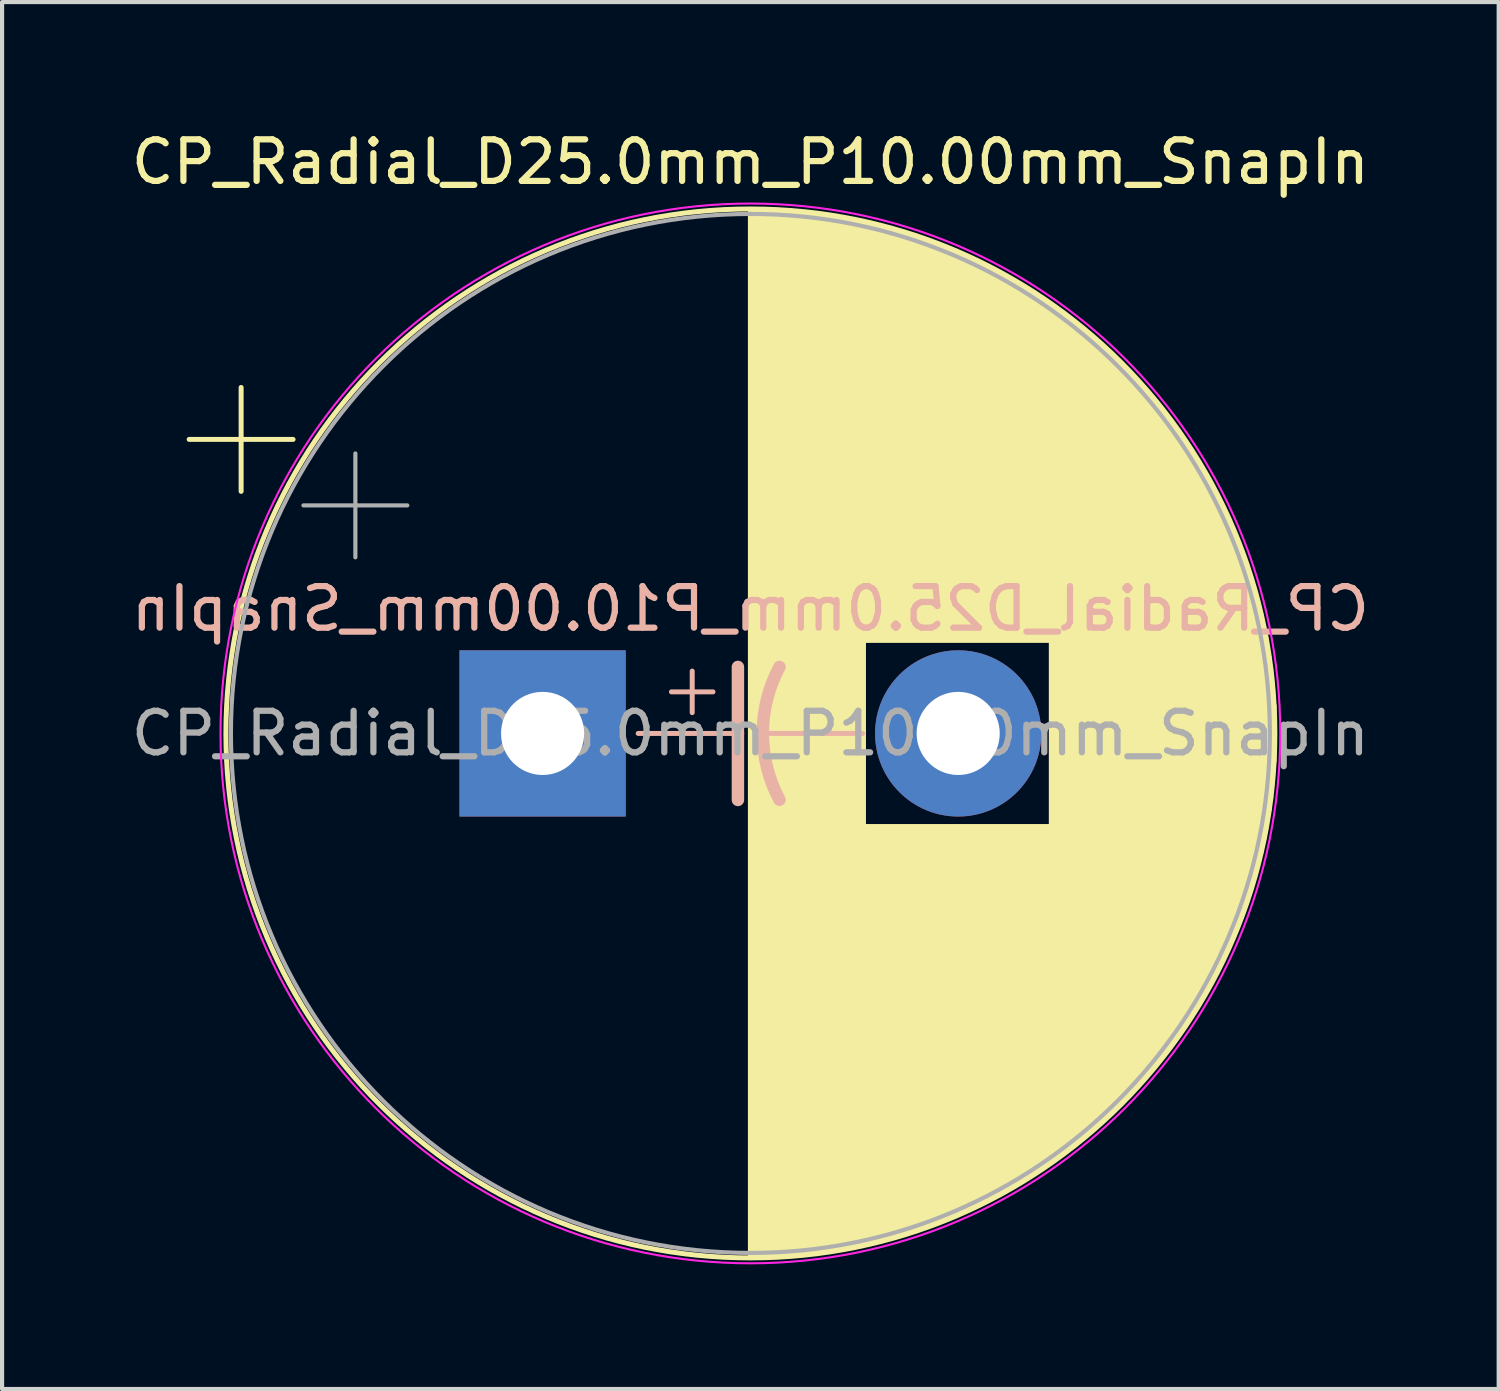
<source format=kicad_pcb>
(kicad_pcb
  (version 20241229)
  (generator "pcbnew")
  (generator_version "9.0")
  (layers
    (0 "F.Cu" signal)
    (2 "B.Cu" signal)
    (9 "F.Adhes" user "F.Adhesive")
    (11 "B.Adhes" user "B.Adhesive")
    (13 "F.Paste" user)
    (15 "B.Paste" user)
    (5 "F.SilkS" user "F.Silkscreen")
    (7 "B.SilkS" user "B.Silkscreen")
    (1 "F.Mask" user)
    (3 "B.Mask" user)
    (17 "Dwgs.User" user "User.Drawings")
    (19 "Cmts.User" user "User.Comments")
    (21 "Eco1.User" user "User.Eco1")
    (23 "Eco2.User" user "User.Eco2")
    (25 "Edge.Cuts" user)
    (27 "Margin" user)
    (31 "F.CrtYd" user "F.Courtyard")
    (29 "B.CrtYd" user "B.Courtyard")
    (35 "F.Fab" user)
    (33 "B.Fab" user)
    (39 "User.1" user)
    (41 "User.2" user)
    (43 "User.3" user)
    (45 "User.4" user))
  (footprint "CP_Radial_D25.0mm_P10.00mm_SnapIn"
    (layer "F.Cu")
    (at 10.006 14.598)
    (property "Reference" "CP_Radial_D25.0mm_P10.00mm_SnapIn" (at 5 -13.75 0) (layer "F.SilkS") (effects (font (size 1 1) (thickness 0.15))))
    (fp_line (start -8.504 -7.075) (end -6.004 -7.075) (stroke (width 0.12) (type solid)) (layer "F.SilkS"))
    (fp_line (start -7.254 -8.325) (end -7.254 -5.825) (stroke (width 0.12) (type solid)) (layer "F.SilkS"))
    (fp_line (start 5 -12.581) (end 5 12.581) (stroke (width 0.12) (type solid)) (layer "F.SilkS"))
    (fp_line (start 5.04 -12.58) (end 5.04 12.58) (stroke (width 0.12) (type solid)) (layer "F.SilkS"))
    (fp_line (start 5.08 -12.58) (end 5.08 12.58) (stroke (width 0.12) (type solid)) (layer "F.SilkS"))
    (fp_line (start 5.12 -12.58) (end 5.12 12.58) (stroke (width 0.12) (type solid)) (layer "F.SilkS"))
    (fp_line (start 5.16 -12.579) (end 5.16 12.579) (stroke (width 0.12) (type solid)) (layer "F.SilkS"))
    (fp_line (start 5.2 -12.579) (end 5.2 12.579) (stroke (width 0.12) (type solid)) (layer "F.SilkS"))
    (fp_line (start 5.24 -12.578) (end 5.24 12.578) (stroke (width 0.12) (type solid)) (layer "F.SilkS"))
    (fp_line (start 5.28 -12.577) (end 5.28 12.577) (stroke (width 0.12) (type solid)) (layer "F.SilkS"))
    (fp_line (start 5.32 -12.576) (end 5.32 12.576) (stroke (width 0.12) (type solid)) (layer "F.SilkS"))
    (fp_line (start 5.36 -12.575) (end 5.36 12.575) (stroke (width 0.12) (type solid)) (layer "F.SilkS"))
    (fp_line (start 5.4 -12.574) (end 5.4 12.574) (stroke (width 0.12) (type solid)) (layer "F.SilkS"))
    (fp_line (start 5.44 -12.573) (end 5.44 12.573) (stroke (width 0.12) (type solid)) (layer "F.SilkS"))
    (fp_line (start 5.48 -12.571) (end 5.48 12.571) (stroke (width 0.12) (type solid)) (layer "F.SilkS"))
    (fp_line (start 5.52 -12.57) (end 5.52 12.57) (stroke (width 0.12) (type solid)) (layer "F.SilkS"))
    (fp_line (start 5.56 -12.568) (end 5.56 12.568) (stroke (width 0.12) (type solid)) (layer "F.SilkS"))
    (fp_line (start 5.6 -12.566) (end 5.6 12.566) (stroke (width 0.12) (type solid)) (layer "F.SilkS"))
    (fp_line (start 5.64 -12.564) (end 5.64 12.564) (stroke (width 0.12) (type solid)) (layer "F.SilkS"))
    (fp_line (start 5.68 -12.562) (end 5.68 12.562) (stroke (width 0.12) (type solid)) (layer "F.SilkS"))
    (fp_line (start 5.721 -12.56) (end 5.721 12.56) (stroke (width 0.12) (type solid)) (layer "F.SilkS"))
    (fp_line (start 5.761 -12.558) (end 5.761 12.558) (stroke (width 0.12) (type solid)) (layer "F.SilkS"))
    (fp_line (start 5.801 -12.555) (end 5.801 12.555) (stroke (width 0.12) (type solid)) (layer "F.SilkS"))
    (fp_line (start 5.841 -12.553) (end 5.841 12.553) (stroke (width 0.12) (type solid)) (layer "F.SilkS"))
    (fp_line (start 5.881 -12.55) (end 5.881 12.55) (stroke (width 0.12) (type solid)) (layer "F.SilkS"))
    (fp_line (start 5.921 -12.547) (end 5.921 12.547) (stroke (width 0.12) (type solid)) (layer "F.SilkS"))
    (fp_line (start 5.961 -12.544) (end 5.961 12.544) (stroke (width 0.12) (type solid)) (layer "F.SilkS"))
    (fp_line (start 6.001 -12.541) (end 6.001 12.541) (stroke (width 0.12) (type solid)) (layer "F.SilkS"))
    (fp_line (start 6.041 -12.538) (end 6.041 12.538) (stroke (width 0.12) (type solid)) (layer "F.SilkS"))
    (fp_line (start 6.081 -12.534) (end 6.081 12.534) (stroke (width 0.12) (type solid)) (layer "F.SilkS"))
    (fp_line (start 6.121 -12.531) (end 6.121 12.531) (stroke (width 0.12) (type solid)) (layer "F.SilkS"))
    (fp_line (start 6.161 -12.527) (end 6.161 12.527) (stroke (width 0.12) (type solid)) (layer "F.SilkS"))
    (fp_line (start 6.201 -12.523) (end 6.201 12.523) (stroke (width 0.12) (type solid)) (layer "F.SilkS"))
    (fp_line (start 6.241 -12.519) (end 6.241 12.519) (stroke (width 0.12) (type solid)) (layer "F.SilkS"))
    (fp_line (start 6.281 -12.515) (end 6.281 12.515) (stroke (width 0.12) (type solid)) (layer "F.SilkS"))
    (fp_line (start 6.321 -12.511) (end 6.321 12.511) (stroke (width 0.12) (type solid)) (layer "F.SilkS"))
    (fp_line (start 6.361 -12.507) (end 6.361 12.507) (stroke (width 0.12) (type solid)) (layer "F.SilkS"))
    (fp_line (start 6.401 -12.503) (end 6.401 12.503) (stroke (width 0.12) (type solid)) (layer "F.SilkS"))
    (fp_line (start 6.441 -12.498) (end 6.441 12.498) (stroke (width 0.12) (type solid)) (layer "F.SilkS"))
    (fp_line (start 6.481 -12.493) (end 6.481 12.493) (stroke (width 0.12) (type solid)) (layer "F.SilkS"))
    (fp_line (start 6.521 -12.489) (end 6.521 12.489) (stroke (width 0.12) (type solid)) (layer "F.SilkS"))
    (fp_line (start 6.561 -12.484) (end 6.561 12.484) (stroke (width 0.12) (type solid)) (layer "F.SilkS"))
    (fp_line (start 6.601 -12.479) (end 6.601 12.479) (stroke (width 0.12) (type solid)) (layer "F.SilkS"))
    (fp_line (start 6.641 -12.473) (end 6.641 12.473) (stroke (width 0.12) (type solid)) (layer "F.SilkS"))
    (fp_line (start 6.681 -12.468) (end 6.681 12.468) (stroke (width 0.12) (type solid)) (layer "F.SilkS"))
    (fp_line (start 6.721 -12.463) (end 6.721 12.463) (stroke (width 0.12) (type solid)) (layer "F.SilkS"))
    (fp_line (start 6.761 -12.457) (end 6.761 12.457) (stroke (width 0.12) (type solid)) (layer "F.SilkS"))
    (fp_line (start 6.801 -12.451) (end 6.801 12.451) (stroke (width 0.12) (type solid)) (layer "F.SilkS"))
    (fp_line (start 6.841 -12.446) (end 6.841 12.446) (stroke (width 0.12) (type solid)) (layer "F.SilkS"))
    (fp_line (start 6.881 -12.44) (end 6.881 12.44) (stroke (width 0.12) (type solid)) (layer "F.SilkS"))
    (fp_line (start 6.921 -12.434) (end 6.921 12.434) (stroke (width 0.12) (type solid)) (layer "F.SilkS"))
    (fp_line (start 6.961 -12.427) (end 6.961 12.427) (stroke (width 0.12) (type solid)) (layer "F.SilkS"))
    (fp_line (start 7.001 -12.421) (end 7.001 12.421) (stroke (width 0.12) (type solid)) (layer "F.SilkS"))
    (fp_line (start 7.041 -12.415) (end 7.041 12.415) (stroke (width 0.12) (type solid)) (layer "F.SilkS"))
    (fp_line (start 7.081 -12.408) (end 7.081 12.408) (stroke (width 0.12) (type solid)) (layer "F.SilkS"))
    (fp_line (start 7.121 -12.401) (end 7.121 12.401) (stroke (width 0.12) (type solid)) (layer "F.SilkS"))
    (fp_line (start 7.161 -12.394) (end 7.161 12.394) (stroke (width 0.12) (type solid)) (layer "F.SilkS"))
    (fp_line (start 7.201 -12.387) (end 7.201 12.387) (stroke (width 0.12) (type solid)) (layer "F.SilkS"))
    (fp_line (start 7.241 -12.38) (end 7.241 12.38) (stroke (width 0.12) (type solid)) (layer "F.SilkS"))
    (fp_line (start 7.281 -12.373) (end 7.281 12.373) (stroke (width 0.12) (type solid)) (layer "F.SilkS"))
    (fp_line (start 7.321 -12.365) (end 7.321 12.365) (stroke (width 0.12) (type solid)) (layer "F.SilkS"))
    (fp_line (start 7.361 -12.358) (end 7.361 12.358) (stroke (width 0.12) (type solid)) (layer "F.SilkS"))
    (fp_line (start 7.401 -12.35) (end 7.401 12.35) (stroke (width 0.12) (type solid)) (layer "F.SilkS"))
    (fp_line (start 7.441 -12.342) (end 7.441 12.342) (stroke (width 0.12) (type solid)) (layer "F.SilkS"))
    (fp_line (start 7.481 -12.334) (end 7.481 12.334) (stroke (width 0.12) (type solid)) (layer "F.SilkS"))
    (fp_line (start 7.521 -12.326) (end 7.521 12.326) (stroke (width 0.12) (type solid)) (layer "F.SilkS"))
    (fp_line (start 7.561 -12.318) (end 7.561 12.318) (stroke (width 0.12) (type solid)) (layer "F.SilkS"))
    (fp_line (start 7.601 -12.31) (end 7.601 12.31) (stroke (width 0.12) (type solid)) (layer "F.SilkS"))
    (fp_line (start 7.641 -12.301) (end 7.641 12.301) (stroke (width 0.12) (type solid)) (layer "F.SilkS"))
    (fp_line (start 7.681 -12.293) (end 7.681 12.293) (stroke (width 0.12) (type solid)) (layer "F.SilkS"))
    (fp_line (start 7.721 -12.284) (end 7.721 12.284) (stroke (width 0.12) (type solid)) (layer "F.SilkS"))
    (fp_line (start 7.761 -12.275) (end 7.761 -2.24) (stroke (width 0.12) (type solid)) (layer "F.SilkS"))
    (fp_line (start 7.761 2.24) (end 7.761 12.275) (stroke (width 0.12) (type solid)) (layer "F.SilkS"))
    (fp_line (start 7.801 -12.266) (end 7.801 -2.24) (stroke (width 0.12) (type solid)) (layer "F.SilkS"))
    (fp_line (start 7.801 2.24) (end 7.801 12.266) (stroke (width 0.12) (type solid)) (layer "F.SilkS"))
    (fp_line (start 7.841 -12.257) (end 7.841 -2.24) (stroke (width 0.12) (type solid)) (layer "F.SilkS"))
    (fp_line (start 7.841 2.24) (end 7.841 12.257) (stroke (width 0.12) (type solid)) (layer "F.SilkS"))
    (fp_line (start 7.881 -12.247) (end 7.881 -2.24) (stroke (width 0.12) (type solid)) (layer "F.SilkS"))
    (fp_line (start 7.881 2.24) (end 7.881 12.247) (stroke (width 0.12) (type solid)) (layer "F.SilkS"))
    (fp_line (start 7.921 -12.238) (end 7.921 -2.24) (stroke (width 0.12) (type solid)) (layer "F.SilkS"))
    (fp_line (start 7.921 2.24) (end 7.921 12.238) (stroke (width 0.12) (type solid)) (layer "F.SilkS"))
    (fp_line (start 7.961 -12.228) (end 7.961 -2.24) (stroke (width 0.12) (type solid)) (layer "F.SilkS"))
    (fp_line (start 7.961 2.24) (end 7.961 12.228) (stroke (width 0.12) (type solid)) (layer "F.SilkS"))
    (fp_line (start 8.001 -12.219) (end 8.001 -2.24) (stroke (width 0.12) (type solid)) (layer "F.SilkS"))
    (fp_line (start 8.001 2.24) (end 8.001 12.219) (stroke (width 0.12) (type solid)) (layer "F.SilkS"))
    (fp_line (start 8.041 -12.209) (end 8.041 -2.24) (stroke (width 0.12) (type solid)) (layer "F.SilkS"))
    (fp_line (start 8.041 2.24) (end 8.041 12.209) (stroke (width 0.12) (type solid)) (layer "F.SilkS"))
    (fp_line (start 8.081 -12.199) (end 8.081 -2.24) (stroke (width 0.12) (type solid)) (layer "F.SilkS"))
    (fp_line (start 8.081 2.24) (end 8.081 12.199) (stroke (width 0.12) (type solid)) (layer "F.SilkS"))
    (fp_line (start 8.121 -12.189) (end 8.121 -2.24) (stroke (width 0.12) (type solid)) (layer "F.SilkS"))
    (fp_line (start 8.121 2.24) (end 8.121 12.189) (stroke (width 0.12) (type solid)) (layer "F.SilkS"))
    (fp_line (start 8.161 -12.178) (end 8.161 -2.24) (stroke (width 0.12) (type solid)) (layer "F.SilkS"))
    (fp_line (start 8.161 2.24) (end 8.161 12.178) (stroke (width 0.12) (type solid)) (layer "F.SilkS"))
    (fp_line (start 8.201 -12.168) (end 8.201 -2.24) (stroke (width 0.12) (type solid)) (layer "F.SilkS"))
    (fp_line (start 8.201 2.24) (end 8.201 12.168) (stroke (width 0.12) (type solid)) (layer "F.SilkS"))
    (fp_line (start 8.241 -12.157) (end 8.241 -2.24) (stroke (width 0.12) (type solid)) (layer "F.SilkS"))
    (fp_line (start 8.241 2.24) (end 8.241 12.157) (stroke (width 0.12) (type solid)) (layer "F.SilkS"))
    (fp_line (start 8.281 -12.147) (end 8.281 -2.24) (stroke (width 0.12) (type solid)) (layer "F.SilkS"))
    (fp_line (start 8.281 2.24) (end 8.281 12.147) (stroke (width 0.12) (type solid)) (layer "F.SilkS"))
    (fp_line (start 8.321 -12.136) (end 8.321 -2.24) (stroke (width 0.12) (type solid)) (layer "F.SilkS"))
    (fp_line (start 8.321 2.24) (end 8.321 12.136) (stroke (width 0.12) (type solid)) (layer "F.SilkS"))
    (fp_line (start 8.361 -12.125) (end 8.361 -2.24) (stroke (width 0.12) (type solid)) (layer "F.SilkS"))
    (fp_line (start 8.361 2.24) (end 8.361 12.125) (stroke (width 0.12) (type solid)) (layer "F.SilkS"))
    (fp_line (start 8.401 -12.114) (end 8.401 -2.24) (stroke (width 0.12) (type solid)) (layer "F.SilkS"))
    (fp_line (start 8.401 2.24) (end 8.401 12.114) (stroke (width 0.12) (type solid)) (layer "F.SilkS"))
    (fp_line (start 8.441 -12.103) (end 8.441 -2.24) (stroke (width 0.12) (type solid)) (layer "F.SilkS"))
    (fp_line (start 8.441 2.24) (end 8.441 12.103) (stroke (width 0.12) (type solid)) (layer "F.SilkS"))
    (fp_line (start 8.481 -12.091) (end 8.481 -2.24) (stroke (width 0.12) (type solid)) (layer "F.SilkS"))
    (fp_line (start 8.481 2.24) (end 8.481 12.091) (stroke (width 0.12) (type solid)) (layer "F.SilkS"))
    (fp_line (start 8.521 -12.08) (end 8.521 -2.24) (stroke (width 0.12) (type solid)) (layer "F.SilkS"))
    (fp_line (start 8.521 2.24) (end 8.521 12.08) (stroke (width 0.12) (type solid)) (layer "F.SilkS"))
    (fp_line (start 8.561 -12.068) (end 8.561 -2.24) (stroke (width 0.12) (type solid)) (layer "F.SilkS"))
    (fp_line (start 8.561 2.24) (end 8.561 12.068) (stroke (width 0.12) (type solid)) (layer "F.SilkS"))
    (fp_line (start 8.601 -12.056) (end 8.601 -2.24) (stroke (width 0.12) (type solid)) (layer "F.SilkS"))
    (fp_line (start 8.601 2.24) (end 8.601 12.056) (stroke (width 0.12) (type solid)) (layer "F.SilkS"))
    (fp_line (start 8.641 -12.044) (end 8.641 -2.24) (stroke (width 0.12) (type solid)) (layer "F.SilkS"))
    (fp_line (start 8.641 2.24) (end 8.641 12.044) (stroke (width 0.12) (type solid)) (layer "F.SilkS"))
    (fp_line (start 8.681 -12.032) (end 8.681 -2.24) (stroke (width 0.12) (type solid)) (layer "F.SilkS"))
    (fp_line (start 8.681 2.24) (end 8.681 12.032) (stroke (width 0.12) (type solid)) (layer "F.SilkS"))
    (fp_line (start 8.721 -12.02) (end 8.721 -2.24) (stroke (width 0.12) (type solid)) (layer "F.SilkS"))
    (fp_line (start 8.721 2.24) (end 8.721 12.02) (stroke (width 0.12) (type solid)) (layer "F.SilkS"))
    (fp_line (start 8.761 -12.007) (end 8.761 -2.24) (stroke (width 0.12) (type solid)) (layer "F.SilkS"))
    (fp_line (start 8.761 2.24) (end 8.761 12.007) (stroke (width 0.12) (type solid)) (layer "F.SilkS"))
    (fp_line (start 8.801 -11.995) (end 8.801 -2.24) (stroke (width 0.12) (type solid)) (layer "F.SilkS"))
    (fp_line (start 8.801 2.24) (end 8.801 11.995) (stroke (width 0.12) (type solid)) (layer "F.SilkS"))
    (fp_line (start 8.841 -11.982) (end 8.841 -2.24) (stroke (width 0.12) (type solid)) (layer "F.SilkS"))
    (fp_line (start 8.841 2.24) (end 8.841 11.982) (stroke (width 0.12) (type solid)) (layer "F.SilkS"))
    (fp_line (start 8.881 -11.969) (end 8.881 -2.24) (stroke (width 0.12) (type solid)) (layer "F.SilkS"))
    (fp_line (start 8.881 2.24) (end 8.881 11.969) (stroke (width 0.12) (type solid)) (layer "F.SilkS"))
    (fp_line (start 8.921 -11.956) (end 8.921 -2.24) (stroke (width 0.12) (type solid)) (layer "F.SilkS"))
    (fp_line (start 8.921 2.24) (end 8.921 11.956) (stroke (width 0.12) (type solid)) (layer "F.SilkS"))
    (fp_line (start 8.961 -11.943) (end 8.961 -2.24) (stroke (width 0.12) (type solid)) (layer "F.SilkS"))
    (fp_line (start 8.961 2.24) (end 8.961 11.943) (stroke (width 0.12) (type solid)) (layer "F.SilkS"))
    (fp_line (start 9.001 -11.93) (end 9.001 -2.24) (stroke (width 0.12) (type solid)) (layer "F.SilkS"))
    (fp_line (start 9.001 2.24) (end 9.001 11.93) (stroke (width 0.12) (type solid)) (layer "F.SilkS"))
    (fp_line (start 9.041 -11.916) (end 9.041 -2.24) (stroke (width 0.12) (type solid)) (layer "F.SilkS"))
    (fp_line (start 9.041 2.24) (end 9.041 11.916) (stroke (width 0.12) (type solid)) (layer "F.SilkS"))
    (fp_line (start 9.081 -11.903) (end 9.081 -2.24) (stroke (width 0.12) (type solid)) (layer "F.SilkS"))
    (fp_line (start 9.081 2.24) (end 9.081 11.903) (stroke (width 0.12) (type solid)) (layer "F.SilkS"))
    (fp_line (start 9.121 -11.889) (end 9.121 -2.24) (stroke (width 0.12) (type solid)) (layer "F.SilkS"))
    (fp_line (start 9.121 2.24) (end 9.121 11.889) (stroke (width 0.12) (type solid)) (layer "F.SilkS"))
    (fp_line (start 9.161 -11.875) (end 9.161 -2.24) (stroke (width 0.12) (type solid)) (layer "F.SilkS"))
    (fp_line (start 9.161 2.24) (end 9.161 11.875) (stroke (width 0.12) (type solid)) (layer "F.SilkS"))
    (fp_line (start 9.201 -11.861) (end 9.201 -2.24) (stroke (width 0.12) (type solid)) (layer "F.SilkS"))
    (fp_line (start 9.201 2.24) (end 9.201 11.861) (stroke (width 0.12) (type solid)) (layer "F.SilkS"))
    (fp_line (start 9.241 -11.847) (end 9.241 -2.24) (stroke (width 0.12) (type solid)) (layer "F.SilkS"))
    (fp_line (start 9.241 2.24) (end 9.241 11.847) (stroke (width 0.12) (type solid)) (layer "F.SilkS"))
    (fp_line (start 9.281 -11.833) (end 9.281 -2.24) (stroke (width 0.12) (type solid)) (layer "F.SilkS"))
    (fp_line (start 9.281 2.24) (end 9.281 11.833) (stroke (width 0.12) (type solid)) (layer "F.SilkS"))
    (fp_line (start 9.321 -11.818) (end 9.321 -2.24) (stroke (width 0.12) (type solid)) (layer "F.SilkS"))
    (fp_line (start 9.321 2.24) (end 9.321 11.818) (stroke (width 0.12) (type solid)) (layer "F.SilkS"))
    (fp_line (start 9.361 -11.803) (end 9.361 -2.24) (stroke (width 0.12) (type solid)) (layer "F.SilkS"))
    (fp_line (start 9.361 2.24) (end 9.361 11.803) (stroke (width 0.12) (type solid)) (layer "F.SilkS"))
    (fp_line (start 9.401 -11.789) (end 9.401 -2.24) (stroke (width 0.12) (type solid)) (layer "F.SilkS"))
    (fp_line (start 9.401 2.24) (end 9.401 11.789) (stroke (width 0.12) (type solid)) (layer "F.SilkS"))
    (fp_line (start 9.441 -11.774) (end 9.441 -2.24) (stroke (width 0.12) (type solid)) (layer "F.SilkS"))
    (fp_line (start 9.441 2.24) (end 9.441 11.774) (stroke (width 0.12) (type solid)) (layer "F.SilkS"))
    (fp_line (start 9.481 -11.759) (end 9.481 -2.24) (stroke (width 0.12) (type solid)) (layer "F.SilkS"))
    (fp_line (start 9.481 2.24) (end 9.481 11.759) (stroke (width 0.12) (type solid)) (layer "F.SilkS"))
    (fp_line (start 9.521 -11.743) (end 9.521 -2.24) (stroke (width 0.12) (type solid)) (layer "F.SilkS"))
    (fp_line (start 9.521 2.24) (end 9.521 11.743) (stroke (width 0.12) (type solid)) (layer "F.SilkS"))
    (fp_line (start 9.561 -11.728) (end 9.561 -2.24) (stroke (width 0.12) (type solid)) (layer "F.SilkS"))
    (fp_line (start 9.561 2.24) (end 9.561 11.728) (stroke (width 0.12) (type solid)) (layer "F.SilkS"))
    (fp_line (start 9.601 -11.712) (end 9.601 -2.24) (stroke (width 0.12) (type solid)) (layer "F.SilkS"))
    (fp_line (start 9.601 2.24) (end 9.601 11.712) (stroke (width 0.12) (type solid)) (layer "F.SilkS"))
    (fp_line (start 9.641 -11.697) (end 9.641 -2.24) (stroke (width 0.12) (type solid)) (layer "F.SilkS"))
    (fp_line (start 9.641 2.24) (end 9.641 11.697) (stroke (width 0.12) (type solid)) (layer "F.SilkS"))
    (fp_line (start 9.681 -11.681) (end 9.681 -2.24) (stroke (width 0.12) (type solid)) (layer "F.SilkS"))
    (fp_line (start 9.681 2.24) (end 9.681 11.681) (stroke (width 0.12) (type solid)) (layer "F.SilkS"))
    (fp_line (start 9.721 -11.665) (end 9.721 -2.24) (stroke (width 0.12) (type solid)) (layer "F.SilkS"))
    (fp_line (start 9.721 2.24) (end 9.721 11.665) (stroke (width 0.12) (type solid)) (layer "F.SilkS"))
    (fp_line (start 9.761 -11.648) (end 9.761 -2.24) (stroke (width 0.12) (type solid)) (layer "F.SilkS"))
    (fp_line (start 9.761 2.24) (end 9.761 11.648) (stroke (width 0.12) (type solid)) (layer "F.SilkS"))
    (fp_line (start 9.801 -11.632) (end 9.801 -2.24) (stroke (width 0.12) (type solid)) (layer "F.SilkS"))
    (fp_line (start 9.801 2.24) (end 9.801 11.632) (stroke (width 0.12) (type solid)) (layer "F.SilkS"))
    (fp_line (start 9.841 -11.615) (end 9.841 -2.24) (stroke (width 0.12) (type solid)) (layer "F.SilkS"))
    (fp_line (start 9.841 2.24) (end 9.841 11.615) (stroke (width 0.12) (type solid)) (layer "F.SilkS"))
    (fp_line (start 9.881 -11.599) (end 9.881 -2.24) (stroke (width 0.12) (type solid)) (layer "F.SilkS"))
    (fp_line (start 9.881 2.24) (end 9.881 11.599) (stroke (width 0.12) (type solid)) (layer "F.SilkS"))
    (fp_line (start 9.921 -11.582) (end 9.921 -2.24) (stroke (width 0.12) (type solid)) (layer "F.SilkS"))
    (fp_line (start 9.921 2.24) (end 9.921 11.582) (stroke (width 0.12) (type solid)) (layer "F.SilkS"))
    (fp_line (start 9.961 -11.565) (end 9.961 -2.24) (stroke (width 0.12) (type solid)) (layer "F.SilkS"))
    (fp_line (start 9.961 2.24) (end 9.961 11.565) (stroke (width 0.12) (type solid)) (layer "F.SilkS"))
    (fp_line (start 10.001 -11.548) (end 10.001 -2.24) (stroke (width 0.12) (type solid)) (layer "F.SilkS"))
    (fp_line (start 10.001 2.24) (end 10.001 11.548) (stroke (width 0.12) (type solid)) (layer "F.SilkS"))
    (fp_line (start 10.041 -11.53) (end 10.041 -2.24) (stroke (width 0.12) (type solid)) (layer "F.SilkS"))
    (fp_line (start 10.041 2.24) (end 10.041 11.53) (stroke (width 0.12) (type solid)) (layer "F.SilkS"))
    (fp_line (start 10.081 -11.513) (end 10.081 -2.24) (stroke (width 0.12) (type solid)) (layer "F.SilkS"))
    (fp_line (start 10.081 2.24) (end 10.081 11.513) (stroke (width 0.12) (type solid)) (layer "F.SilkS"))
    (fp_line (start 10.121 -11.495) (end 10.121 -2.24) (stroke (width 0.12) (type solid)) (layer "F.SilkS"))
    (fp_line (start 10.121 2.24) (end 10.121 11.495) (stroke (width 0.12) (type solid)) (layer "F.SilkS"))
    (fp_line (start 10.161 -11.477) (end 10.161 -2.24) (stroke (width 0.12) (type solid)) (layer "F.SilkS"))
    (fp_line (start 10.161 2.24) (end 10.161 11.477) (stroke (width 0.12) (type solid)) (layer "F.SilkS"))
    (fp_line (start 10.201 -11.459) (end 10.201 -2.24) (stroke (width 0.12) (type solid)) (layer "F.SilkS"))
    (fp_line (start 10.201 2.24) (end 10.201 11.459) (stroke (width 0.12) (type solid)) (layer "F.SilkS"))
    (fp_line (start 10.241 -11.441) (end 10.241 -2.24) (stroke (width 0.12) (type solid)) (layer "F.SilkS"))
    (fp_line (start 10.241 2.24) (end 10.241 11.441) (stroke (width 0.12) (type solid)) (layer "F.SilkS"))
    (fp_line (start 10.281 -11.423) (end 10.281 -2.24) (stroke (width 0.12) (type solid)) (layer "F.SilkS"))
    (fp_line (start 10.281 2.24) (end 10.281 11.423) (stroke (width 0.12) (type solid)) (layer "F.SilkS"))
    (fp_line (start 10.321 -11.404) (end 10.321 -2.24) (stroke (width 0.12) (type solid)) (layer "F.SilkS"))
    (fp_line (start 10.321 2.24) (end 10.321 11.404) (stroke (width 0.12) (type solid)) (layer "F.SilkS"))
    (fp_line (start 10.361 -11.386) (end 10.361 -2.24) (stroke (width 0.12) (type solid)) (layer "F.SilkS"))
    (fp_line (start 10.361 2.24) (end 10.361 11.386) (stroke (width 0.12) (type solid)) (layer "F.SilkS"))
    (fp_line (start 10.401 -11.367) (end 10.401 -2.24) (stroke (width 0.12) (type solid)) (layer "F.SilkS"))
    (fp_line (start 10.401 2.24) (end 10.401 11.367) (stroke (width 0.12) (type solid)) (layer "F.SilkS"))
    (fp_line (start 10.441 -11.348) (end 10.441 -2.24) (stroke (width 0.12) (type solid)) (layer "F.SilkS"))
    (fp_line (start 10.441 2.24) (end 10.441 11.348) (stroke (width 0.12) (type solid)) (layer "F.SilkS"))
    (fp_line (start 10.481 -11.329) (end 10.481 -2.24) (stroke (width 0.12) (type solid)) (layer "F.SilkS"))
    (fp_line (start 10.481 2.24) (end 10.481 11.329) (stroke (width 0.12) (type solid)) (layer "F.SilkS"))
    (fp_line (start 10.521 -11.309) (end 10.521 -2.24) (stroke (width 0.12) (type solid)) (layer "F.SilkS"))
    (fp_line (start 10.521 2.24) (end 10.521 11.309) (stroke (width 0.12) (type solid)) (layer "F.SilkS"))
    (fp_line (start 10.561 -11.29) (end 10.561 -2.24) (stroke (width 0.12) (type solid)) (layer "F.SilkS"))
    (fp_line (start 10.561 2.24) (end 10.561 11.29) (stroke (width 0.12) (type solid)) (layer "F.SilkS"))
    (fp_line (start 10.601 -11.27) (end 10.601 -2.24) (stroke (width 0.12) (type solid)) (layer "F.SilkS"))
    (fp_line (start 10.601 2.24) (end 10.601 11.27) (stroke (width 0.12) (type solid)) (layer "F.SilkS"))
    (fp_line (start 10.641 -11.25) (end 10.641 -2.24) (stroke (width 0.12) (type solid)) (layer "F.SilkS"))
    (fp_line (start 10.641 2.24) (end 10.641 11.25) (stroke (width 0.12) (type solid)) (layer "F.SilkS"))
    (fp_line (start 10.681 -11.23) (end 10.681 -2.24) (stroke (width 0.12) (type solid)) (layer "F.SilkS"))
    (fp_line (start 10.681 2.24) (end 10.681 11.23) (stroke (width 0.12) (type solid)) (layer "F.SilkS"))
    (fp_line (start 10.721 -11.21) (end 10.721 -2.24) (stroke (width 0.12) (type solid)) (layer "F.SilkS"))
    (fp_line (start 10.721 2.24) (end 10.721 11.21) (stroke (width 0.12) (type solid)) (layer "F.SilkS"))
    (fp_line (start 10.761 -11.189) (end 10.761 -2.24) (stroke (width 0.12) (type solid)) (layer "F.SilkS"))
    (fp_line (start 10.761 2.24) (end 10.761 11.189) (stroke (width 0.12) (type solid)) (layer "F.SilkS"))
    (fp_line (start 10.801 -11.169) (end 10.801 -2.24) (stroke (width 0.12) (type solid)) (layer "F.SilkS"))
    (fp_line (start 10.801 2.24) (end 10.801 11.169) (stroke (width 0.12) (type solid)) (layer "F.SilkS"))
    (fp_line (start 10.841 -11.148) (end 10.841 -2.24) (stroke (width 0.12) (type solid)) (layer "F.SilkS"))
    (fp_line (start 10.841 2.24) (end 10.841 11.148) (stroke (width 0.12) (type solid)) (layer "F.SilkS"))
    (fp_line (start 10.881 -11.127) (end 10.881 -2.24) (stroke (width 0.12) (type solid)) (layer "F.SilkS"))
    (fp_line (start 10.881 2.24) (end 10.881 11.127) (stroke (width 0.12) (type solid)) (layer "F.SilkS"))
    (fp_line (start 10.921 -11.106) (end 10.921 -2.24) (stroke (width 0.12) (type solid)) (layer "F.SilkS"))
    (fp_line (start 10.921 2.24) (end 10.921 11.106) (stroke (width 0.12) (type solid)) (layer "F.SilkS"))
    (fp_line (start 10.961 -11.084) (end 10.961 -2.24) (stroke (width 0.12) (type solid)) (layer "F.SilkS"))
    (fp_line (start 10.961 2.24) (end 10.961 11.084) (stroke (width 0.12) (type solid)) (layer "F.SilkS"))
    (fp_line (start 11.001 -11.063) (end 11.001 -2.24) (stroke (width 0.12) (type solid)) (layer "F.SilkS"))
    (fp_line (start 11.001 2.24) (end 11.001 11.063) (stroke (width 0.12) (type solid)) (layer "F.SilkS"))
    (fp_line (start 11.041 -11.041) (end 11.041 -2.24) (stroke (width 0.12) (type solid)) (layer "F.SilkS"))
    (fp_line (start 11.041 2.24) (end 11.041 11.041) (stroke (width 0.12) (type solid)) (layer "F.SilkS"))
    (fp_line (start 11.081 -11.019) (end 11.081 -2.24) (stroke (width 0.12) (type solid)) (layer "F.SilkS"))
    (fp_line (start 11.081 2.24) (end 11.081 11.019) (stroke (width 0.12) (type solid)) (layer "F.SilkS"))
    (fp_line (start 11.121 -10.997) (end 11.121 -2.24) (stroke (width 0.12) (type solid)) (layer "F.SilkS"))
    (fp_line (start 11.121 2.24) (end 11.121 10.997) (stroke (width 0.12) (type solid)) (layer "F.SilkS"))
    (fp_line (start 11.161 -10.975) (end 11.161 -2.24) (stroke (width 0.12) (type solid)) (layer "F.SilkS"))
    (fp_line (start 11.161 2.24) (end 11.161 10.975) (stroke (width 0.12) (type solid)) (layer "F.SilkS"))
    (fp_line (start 11.201 -10.953) (end 11.201 -2.24) (stroke (width 0.12) (type solid)) (layer "F.SilkS"))
    (fp_line (start 11.201 2.24) (end 11.201 10.953) (stroke (width 0.12) (type solid)) (layer "F.SilkS"))
    (fp_line (start 11.241 -10.93) (end 11.241 -2.24) (stroke (width 0.12) (type solid)) (layer "F.SilkS"))
    (fp_line (start 11.241 2.24) (end 11.241 10.93) (stroke (width 0.12) (type solid)) (layer "F.SilkS"))
    (fp_line (start 11.281 -10.907) (end 11.281 -2.24) (stroke (width 0.12) (type solid)) (layer "F.SilkS"))
    (fp_line (start 11.281 2.24) (end 11.281 10.907) (stroke (width 0.12) (type solid)) (layer "F.SilkS"))
    (fp_line (start 11.321 -10.884) (end 11.321 -2.24) (stroke (width 0.12) (type solid)) (layer "F.SilkS"))
    (fp_line (start 11.321 2.24) (end 11.321 10.884) (stroke (width 0.12) (type solid)) (layer "F.SilkS"))
    (fp_line (start 11.361 -10.861) (end 11.361 -2.24) (stroke (width 0.12) (type solid)) (layer "F.SilkS"))
    (fp_line (start 11.361 2.24) (end 11.361 10.861) (stroke (width 0.12) (type solid)) (layer "F.SilkS"))
    (fp_line (start 11.401 -10.837) (end 11.401 -2.24) (stroke (width 0.12) (type solid)) (layer "F.SilkS"))
    (fp_line (start 11.401 2.24) (end 11.401 10.837) (stroke (width 0.12) (type solid)) (layer "F.SilkS"))
    (fp_line (start 11.441 -10.814) (end 11.441 -2.24) (stroke (width 0.12) (type solid)) (layer "F.SilkS"))
    (fp_line (start 11.441 2.24) (end 11.441 10.814) (stroke (width 0.12) (type solid)) (layer "F.SilkS"))
    (fp_line (start 11.481 -10.79) (end 11.481 -2.24) (stroke (width 0.12) (type solid)) (layer "F.SilkS"))
    (fp_line (start 11.481 2.24) (end 11.481 10.79) (stroke (width 0.12) (type solid)) (layer "F.SilkS"))
    (fp_line (start 11.521 -10.766) (end 11.521 -2.24) (stroke (width 0.12) (type solid)) (layer "F.SilkS"))
    (fp_line (start 11.521 2.24) (end 11.521 10.766) (stroke (width 0.12) (type solid)) (layer "F.SilkS"))
    (fp_line (start 11.561 -10.742) (end 11.561 -2.24) (stroke (width 0.12) (type solid)) (layer "F.SilkS"))
    (fp_line (start 11.561 2.24) (end 11.561 10.742) (stroke (width 0.12) (type solid)) (layer "F.SilkS"))
    (fp_line (start 11.601 -10.717) (end 11.601 -2.24) (stroke (width 0.12) (type solid)) (layer "F.SilkS"))
    (fp_line (start 11.601 2.24) (end 11.601 10.717) (stroke (width 0.12) (type solid)) (layer "F.SilkS"))
    (fp_line (start 11.641 -10.692) (end 11.641 -2.24) (stroke (width 0.12) (type solid)) (layer "F.SilkS"))
    (fp_line (start 11.641 2.24) (end 11.641 10.692) (stroke (width 0.12) (type solid)) (layer "F.SilkS"))
    (fp_line (start 11.681 -10.668) (end 11.681 -2.24) (stroke (width 0.12) (type solid)) (layer "F.SilkS"))
    (fp_line (start 11.681 2.24) (end 11.681 10.668) (stroke (width 0.12) (type solid)) (layer "F.SilkS"))
    (fp_line (start 11.721 -10.643) (end 11.721 -2.24) (stroke (width 0.12) (type solid)) (layer "F.SilkS"))
    (fp_line (start 11.721 2.24) (end 11.721 10.643) (stroke (width 0.12) (type solid)) (layer "F.SilkS"))
    (fp_line (start 11.761 -10.617) (end 11.761 -2.24) (stroke (width 0.12) (type solid)) (layer "F.SilkS"))
    (fp_line (start 11.761 2.24) (end 11.761 10.617) (stroke (width 0.12) (type solid)) (layer "F.SilkS"))
    (fp_line (start 11.801 -10.592) (end 11.801 -2.24) (stroke (width 0.12) (type solid)) (layer "F.SilkS"))
    (fp_line (start 11.801 2.24) (end 11.801 10.592) (stroke (width 0.12) (type solid)) (layer "F.SilkS"))
    (fp_line (start 11.841 -10.566) (end 11.841 -2.24) (stroke (width 0.12) (type solid)) (layer "F.SilkS"))
    (fp_line (start 11.841 2.24) (end 11.841 10.566) (stroke (width 0.12) (type solid)) (layer "F.SilkS"))
    (fp_line (start 11.881 -10.54) (end 11.881 -2.24) (stroke (width 0.12) (type solid)) (layer "F.SilkS"))
    (fp_line (start 11.881 2.24) (end 11.881 10.54) (stroke (width 0.12) (type solid)) (layer "F.SilkS"))
    (fp_line (start 11.921 -10.514) (end 11.921 -2.24) (stroke (width 0.12) (type solid)) (layer "F.SilkS"))
    (fp_line (start 11.921 2.24) (end 11.921 10.514) (stroke (width 0.12) (type solid)) (layer "F.SilkS"))
    (fp_line (start 11.961 -10.488) (end 11.961 -2.24) (stroke (width 0.12) (type solid)) (layer "F.SilkS"))
    (fp_line (start 11.961 2.24) (end 11.961 10.488) (stroke (width 0.12) (type solid)) (layer "F.SilkS"))
    (fp_line (start 12.001 -10.461) (end 12.001 -2.24) (stroke (width 0.12) (type solid)) (layer "F.SilkS"))
    (fp_line (start 12.001 2.24) (end 12.001 10.461) (stroke (width 0.12) (type solid)) (layer "F.SilkS"))
    (fp_line (start 12.041 -10.434) (end 12.041 -2.24) (stroke (width 0.12) (type solid)) (layer "F.SilkS"))
    (fp_line (start 12.041 2.24) (end 12.041 10.434) (stroke (width 0.12) (type solid)) (layer "F.SilkS"))
    (fp_line (start 12.081 -10.407) (end 12.081 -2.24) (stroke (width 0.12) (type solid)) (layer "F.SilkS"))
    (fp_line (start 12.081 2.24) (end 12.081 10.407) (stroke (width 0.12) (type solid)) (layer "F.SilkS"))
    (fp_line (start 12.121 -10.38) (end 12.121 -2.24) (stroke (width 0.12) (type solid)) (layer "F.SilkS"))
    (fp_line (start 12.121 2.24) (end 12.121 10.38) (stroke (width 0.12) (type solid)) (layer "F.SilkS"))
    (fp_line (start 12.161 -10.353) (end 12.161 -2.24) (stroke (width 0.12) (type solid)) (layer "F.SilkS"))
    (fp_line (start 12.161 2.24) (end 12.161 10.353) (stroke (width 0.12) (type solid)) (layer "F.SilkS"))
    (fp_line (start 12.201 -10.325) (end 12.201 -2.24) (stroke (width 0.12) (type solid)) (layer "F.SilkS"))
    (fp_line (start 12.201 2.24) (end 12.201 10.325) (stroke (width 0.12) (type solid)) (layer "F.SilkS"))
    (fp_line (start 12.241 -10.297) (end 12.241 10.297) (stroke (width 0.12) (type solid)) (layer "F.SilkS"))
    (fp_line (start 12.281 -10.269) (end 12.281 10.269) (stroke (width 0.12) (type solid)) (layer "F.SilkS"))
    (fp_line (start 12.321 -10.241) (end 12.321 10.241) (stroke (width 0.12) (type solid)) (layer "F.SilkS"))
    (fp_line (start 12.361 -10.212) (end 12.361 10.212) (stroke (width 0.12) (type solid)) (layer "F.SilkS"))
    (fp_line (start 12.401 -10.183) (end 12.401 10.183) (stroke (width 0.12) (type solid)) (layer "F.SilkS"))
    (fp_line (start 12.441 -10.154) (end 12.441 10.154) (stroke (width 0.12) (type solid)) (layer "F.SilkS"))
    (fp_line (start 12.481 -10.125) (end 12.481 10.125) (stroke (width 0.12) (type solid)) (layer "F.SilkS"))
    (fp_line (start 12.521 -10.095) (end 12.521 10.095) (stroke (width 0.12) (type solid)) (layer "F.SilkS"))
    (fp_line (start 12.561 -10.065) (end 12.561 10.065) (stroke (width 0.12) (type solid)) (layer "F.SilkS"))
    (fp_line (start 12.601 -10.035) (end 12.601 10.035) (stroke (width 0.12) (type solid)) (layer "F.SilkS"))
    (fp_line (start 12.641 -10.005) (end 12.641 10.005) (stroke (width 0.12) (type solid)) (layer "F.SilkS"))
    (fp_line (start 12.681 -9.975) (end 12.681 9.975) (stroke (width 0.12) (type solid)) (layer "F.SilkS"))
    (fp_line (start 12.721 -9.944) (end 12.721 9.944) (stroke (width 0.12) (type solid)) (layer "F.SilkS"))
    (fp_line (start 12.761 -9.913) (end 12.761 9.913) (stroke (width 0.12) (type solid)) (layer "F.SilkS"))
    (fp_line (start 12.801 -9.881) (end 12.801 9.881) (stroke (width 0.12) (type solid)) (layer "F.SilkS"))
    (fp_line (start 12.841 -9.85) (end 12.841 9.85) (stroke (width 0.12) (type solid)) (layer "F.SilkS"))
    (fp_line (start 12.881 -9.818) (end 12.881 9.818) (stroke (width 0.12) (type solid)) (layer "F.SilkS"))
    (fp_line (start 12.921 -9.786) (end 12.921 9.786) (stroke (width 0.12) (type solid)) (layer "F.SilkS"))
    (fp_line (start 12.961 -9.753) (end 12.961 9.753) (stroke (width 0.12) (type solid)) (layer "F.SilkS"))
    (fp_line (start 13.001 -9.721) (end 13.001 9.721) (stroke (width 0.12) (type solid)) (layer "F.SilkS"))
    (fp_line (start 13.041 -9.688) (end 13.041 9.688) (stroke (width 0.12) (type solid)) (layer "F.SilkS"))
    (fp_line (start 13.081 -9.655) (end 13.081 9.655) (stroke (width 0.12) (type solid)) (layer "F.SilkS"))
    (fp_line (start 13.121 -9.621) (end 13.121 9.621) (stroke (width 0.12) (type solid)) (layer "F.SilkS"))
    (fp_line (start 13.161 -9.587) (end 13.161 9.587) (stroke (width 0.12) (type solid)) (layer "F.SilkS"))
    (fp_line (start 13.2 -9.553) (end 13.2 9.553) (stroke (width 0.12) (type solid)) (layer "F.SilkS"))
    (fp_line (start 13.24 -9.519) (end 13.24 9.519) (stroke (width 0.12) (type solid)) (layer "F.SilkS"))
    (fp_line (start 13.28 -9.484) (end 13.28 9.484) (stroke (width 0.12) (type solid)) (layer "F.SilkS"))
    (fp_line (start 13.32 -9.45) (end 13.32 9.45) (stroke (width 0.12) (type solid)) (layer "F.SilkS"))
    (fp_line (start 13.36 -9.414) (end 13.36 9.414) (stroke (width 0.12) (type solid)) (layer "F.SilkS"))
    (fp_line (start 13.4 -9.379) (end 13.4 9.379) (stroke (width 0.12) (type solid)) (layer "F.SilkS"))
    (fp_line (start 13.44 -9.343) (end 13.44 9.343) (stroke (width 0.12) (type solid)) (layer "F.SilkS"))
    (fp_line (start 13.48 -9.307) (end 13.48 9.307) (stroke (width 0.12) (type solid)) (layer "F.SilkS"))
    (fp_line (start 13.52 -9.27) (end 13.52 9.27) (stroke (width 0.12) (type solid)) (layer "F.SilkS"))
    (fp_line (start 13.56 -9.234) (end 13.56 9.234) (stroke (width 0.12) (type solid)) (layer "F.SilkS"))
    (fp_line (start 13.6 -9.197) (end 13.6 9.197) (stroke (width 0.12) (type solid)) (layer "F.SilkS"))
    (fp_line (start 13.64 -9.159) (end 13.64 9.159) (stroke (width 0.12) (type solid)) (layer "F.SilkS"))
    (fp_line (start 13.68 -9.121) (end 13.68 9.121) (stroke (width 0.12) (type solid)) (layer "F.SilkS"))
    (fp_line (start 13.72 -9.083) (end 13.72 9.083) (stroke (width 0.12) (type solid)) (layer "F.SilkS"))
    (fp_line (start 13.76 -9.045) (end 13.76 9.045) (stroke (width 0.12) (type solid)) (layer "F.SilkS"))
    (fp_line (start 13.8 -9.006) (end 13.8 9.006) (stroke (width 0.12) (type solid)) (layer "F.SilkS"))
    (fp_line (start 13.84 -8.967) (end 13.84 8.967) (stroke (width 0.12) (type solid)) (layer "F.SilkS"))
    (fp_line (start 13.88 -8.928) (end 13.88 8.928) (stroke (width 0.12) (type solid)) (layer "F.SilkS"))
    (fp_line (start 13.92 -8.888) (end 13.92 8.888) (stroke (width 0.12) (type solid)) (layer "F.SilkS"))
    (fp_line (start 13.96 -8.848) (end 13.96 8.848) (stroke (width 0.12) (type solid)) (layer "F.SilkS"))
    (fp_line (start 14 -8.807) (end 14 8.807) (stroke (width 0.12) (type solid)) (layer "F.SilkS"))
    (fp_line (start 14.04 -8.766) (end 14.04 8.766) (stroke (width 0.12) (type solid)) (layer "F.SilkS"))
    (fp_line (start 14.08 -8.725) (end 14.08 8.725) (stroke (width 0.12) (type solid)) (layer "F.SilkS"))
    (fp_line (start 14.12 -8.683) (end 14.12 8.683) (stroke (width 0.12) (type solid)) (layer "F.SilkS"))
    (fp_line (start 14.16 -8.641) (end 14.16 8.641) (stroke (width 0.12) (type solid)) (layer "F.SilkS"))
    (fp_line (start 14.2 -8.599) (end 14.2 8.599) (stroke (width 0.12) (type solid)) (layer "F.SilkS"))
    (fp_line (start 14.24 -8.556) (end 14.24 8.556) (stroke (width 0.12) (type solid)) (layer "F.SilkS"))
    (fp_line (start 14.28 -8.513) (end 14.28 8.513) (stroke (width 0.12) (type solid)) (layer "F.SilkS"))
    (fp_line (start 14.32 -8.469) (end 14.32 8.469) (stroke (width 0.12) (type solid)) (layer "F.SilkS"))
    (fp_line (start 14.36 -8.425) (end 14.36 8.425) (stroke (width 0.12) (type solid)) (layer "F.SilkS"))
    (fp_line (start 14.4 -8.381) (end 14.4 8.381) (stroke (width 0.12) (type solid)) (layer "F.SilkS"))
    (fp_line (start 14.44 -8.336) (end 14.44 8.336) (stroke (width 0.12) (type solid)) (layer "F.SilkS"))
    (fp_line (start 14.48 -8.291) (end 14.48 8.291) (stroke (width 0.12) (type solid)) (layer "F.SilkS"))
    (fp_line (start 14.52 -8.245) (end 14.52 8.245) (stroke (width 0.12) (type solid)) (layer "F.SilkS"))
    (fp_line (start 14.56 -8.199) (end 14.56 8.199) (stroke (width 0.12) (type solid)) (layer "F.SilkS"))
    (fp_line (start 14.6 -8.152) (end 14.6 8.152) (stroke (width 0.12) (type solid)) (layer "F.SilkS"))
    (fp_line (start 14.64 -8.105) (end 14.64 8.105) (stroke (width 0.12) (type solid)) (layer "F.SilkS"))
    (fp_line (start 14.68 -8.058) (end 14.68 8.058) (stroke (width 0.12) (type solid)) (layer "F.SilkS"))
    (fp_line (start 14.72 -8.009) (end 14.72 8.009) (stroke (width 0.12) (type solid)) (layer "F.SilkS"))
    (fp_line (start 14.76 -7.961) (end 14.76 7.961) (stroke (width 0.12) (type solid)) (layer "F.SilkS"))
    (fp_line (start 14.8 -7.912) (end 14.8 7.912) (stroke (width 0.12) (type solid)) (layer "F.SilkS"))
    (fp_line (start 14.84 -7.862) (end 14.84 7.862) (stroke (width 0.12) (type solid)) (layer "F.SilkS"))
    (fp_line (start 14.88 -7.812) (end 14.88 7.812) (stroke (width 0.12) (type solid)) (layer "F.SilkS"))
    (fp_line (start 14.92 -7.762) (end 14.92 7.762) (stroke (width 0.12) (type solid)) (layer "F.SilkS"))
    (fp_line (start 14.96 -7.711) (end 14.96 7.711) (stroke (width 0.12) (type solid)) (layer "F.SilkS"))
    (fp_line (start 15 -7.659) (end 15 7.659) (stroke (width 0.12) (type solid)) (layer "F.SilkS"))
    (fp_line (start 15.04 -7.607) (end 15.04 7.607) (stroke (width 0.12) (type solid)) (layer "F.SilkS"))
    (fp_line (start 15.08 -7.554) (end 15.08 7.554) (stroke (width 0.12) (type solid)) (layer "F.SilkS"))
    (fp_line (start 15.12 -7.5) (end 15.12 7.5) (stroke (width 0.12) (type solid)) (layer "F.SilkS"))
    (fp_line (start 15.16 -7.446) (end 15.16 7.446) (stroke (width 0.12) (type solid)) (layer "F.SilkS"))
    (fp_line (start 15.2 -7.392) (end 15.2 7.392) (stroke (width 0.12) (type solid)) (layer "F.SilkS"))
    (fp_line (start 15.24 -7.337) (end 15.24 7.337) (stroke (width 0.12) (type solid)) (layer "F.SilkS"))
    (fp_line (start 15.28 -7.281) (end 15.28 7.281) (stroke (width 0.12) (type solid)) (layer "F.SilkS"))
    (fp_line (start 15.32 -7.224) (end 15.32 7.224) (stroke (width 0.12) (type solid)) (layer "F.SilkS"))
    (fp_line (start 15.36 -7.167) (end 15.36 7.167) (stroke (width 0.12) (type solid)) (layer "F.SilkS"))
    (fp_line (start 15.4 -7.109) (end 15.4 7.109) (stroke (width 0.12) (type solid)) (layer "F.SilkS"))
    (fp_line (start 15.44 -7.051) (end 15.44 7.051) (stroke (width 0.12) (type solid)) (layer "F.SilkS"))
    (fp_line (start 15.48 -6.991) (end 15.48 6.991) (stroke (width 0.12) (type solid)) (layer "F.SilkS"))
    (fp_line (start 15.52 -6.931) (end 15.52 6.931) (stroke (width 0.12) (type solid)) (layer "F.SilkS"))
    (fp_line (start 15.56 -6.871) (end 15.56 6.871) (stroke (width 0.12) (type solid)) (layer "F.SilkS"))
    (fp_line (start 15.6 -6.809) (end 15.6 6.809) (stroke (width 0.12) (type solid)) (layer "F.SilkS"))
    (fp_line (start 15.64 -6.747) (end 15.64 6.747) (stroke (width 0.12) (type solid)) (layer "F.SilkS"))
    (fp_line (start 15.68 -6.684) (end 15.68 6.684) (stroke (width 0.12) (type solid)) (layer "F.SilkS"))
    (fp_line (start 15.72 -6.62) (end 15.72 6.62) (stroke (width 0.12) (type solid)) (layer "F.SilkS"))
    (fp_line (start 15.76 -6.555) (end 15.76 6.555) (stroke (width 0.12) (type solid)) (layer "F.SilkS"))
    (fp_line (start 15.8 -6.489) (end 15.8 6.489) (stroke (width 0.12) (type solid)) (layer "F.SilkS"))
    (fp_line (start 15.84 -6.423) (end 15.84 6.423) (stroke (width 0.12) (type solid)) (layer "F.SilkS"))
    (fp_line (start 15.88 -6.355) (end 15.88 6.355) (stroke (width 0.12) (type solid)) (layer "F.SilkS"))
    (fp_line (start 15.92 -6.286) (end 15.92 6.286) (stroke (width 0.12) (type solid)) (layer "F.SilkS"))
    (fp_line (start 15.96 -6.217) (end 15.96 6.217) (stroke (width 0.12) (type solid)) (layer "F.SilkS"))
    (fp_line (start 16 -6.146) (end 16 6.146) (stroke (width 0.12) (type solid)) (layer "F.SilkS"))
    (fp_line (start 16.04 -6.075) (end 16.04 6.075) (stroke (width 0.12) (type solid)) (layer "F.SilkS"))
    (fp_line (start 16.08 -6.002) (end 16.08 6.002) (stroke (width 0.12) (type solid)) (layer "F.SilkS"))
    (fp_line (start 16.12 -5.928) (end 16.12 5.928) (stroke (width 0.12) (type solid)) (layer "F.SilkS"))
    (fp_line (start 16.16 -5.853) (end 16.16 5.853) (stroke (width 0.12) (type solid)) (layer "F.SilkS"))
    (fp_line (start 16.2 -5.776) (end 16.2 5.776) (stroke (width 0.12) (type solid)) (layer "F.SilkS"))
    (fp_line (start 16.24 -5.699) (end 16.24 5.699) (stroke (width 0.12) (type solid)) (layer "F.SilkS"))
    (fp_line (start 16.28 -5.62) (end 16.28 5.62) (stroke (width 0.12) (type solid)) (layer "F.SilkS"))
    (fp_line (start 16.32 -5.539) (end 16.32 5.539) (stroke (width 0.12) (type solid)) (layer "F.SilkS"))
    (fp_line (start 16.36 -5.457) (end 16.36 5.457) (stroke (width 0.12) (type solid)) (layer "F.SilkS"))
    (fp_line (start 16.4 -5.374) (end 16.4 5.374) (stroke (width 0.12) (type solid)) (layer "F.SilkS"))
    (fp_line (start 16.44 -5.289) (end 16.44 5.289) (stroke (width 0.12) (type solid)) (layer "F.SilkS"))
    (fp_line (start 16.48 -5.202) (end 16.48 5.202) (stroke (width 0.12) (type solid)) (layer "F.SilkS"))
    (fp_line (start 16.52 -5.114) (end 16.52 5.114) (stroke (width 0.12) (type solid)) (layer "F.SilkS"))
    (fp_line (start 16.56 -5.023) (end 16.56 5.023) (stroke (width 0.12) (type solid)) (layer "F.SilkS"))
    (fp_line (start 16.6 -4.931) (end 16.6 4.931) (stroke (width 0.12) (type solid)) (layer "F.SilkS"))
    (fp_line (start 16.64 -4.836) (end 16.64 4.836) (stroke (width 0.12) (type solid)) (layer "F.SilkS"))
    (fp_line (start 16.68 -4.74) (end 16.68 4.74) (stroke (width 0.12) (type solid)) (layer "F.SilkS"))
    (fp_line (start 16.72 -4.641) (end 16.72 4.641) (stroke (width 0.12) (type solid)) (layer "F.SilkS"))
    (fp_line (start 16.76 -4.539) (end 16.76 4.539) (stroke (width 0.12) (type solid)) (layer "F.SilkS"))
    (fp_line (start 16.8 -4.435) (end 16.8 4.435) (stroke (width 0.12) (type solid)) (layer "F.SilkS"))
    (fp_line (start 16.84 -4.328) (end 16.84 4.328) (stroke (width 0.12) (type solid)) (layer "F.SilkS"))
    (fp_line (start 16.88 -4.218) (end 16.88 4.218) (stroke (width 0.12) (type solid)) (layer "F.SilkS"))
    (fp_line (start 16.92 -4.105) (end 16.92 4.105) (stroke (width 0.12) (type solid)) (layer "F.SilkS"))
    (fp_line (start 16.96 -3.988) (end 16.96 3.988) (stroke (width 0.12) (type solid)) (layer "F.SilkS"))
    (fp_line (start 17 -3.867) (end 17 3.867) (stroke (width 0.12) (type solid)) (layer "F.SilkS"))
    (fp_line (start 17.04 -3.742) (end 17.04 3.742) (stroke (width 0.12) (type solid)) (layer "F.SilkS"))
    (fp_line (start 17.08 -3.613) (end 17.08 3.613) (stroke (width 0.12) (type solid)) (layer "F.SilkS"))
    (fp_line (start 17.12 -3.478) (end 17.12 3.478) (stroke (width 0.12) (type solid)) (layer "F.SilkS"))
    (fp_line (start 17.16 -3.337) (end 17.16 3.337) (stroke (width 0.12) (type solid)) (layer "F.SilkS"))
    (fp_line (start 17.2 -3.189) (end 17.2 3.189) (stroke (width 0.12) (type solid)) (layer "F.SilkS"))
    (fp_line (start 17.24 -3.034) (end 17.24 3.034) (stroke (width 0.12) (type solid)) (layer "F.SilkS"))
    (fp_line (start 17.28 -2.87) (end 17.28 2.87) (stroke (width 0.12) (type solid)) (layer "F.SilkS"))
    (fp_line (start 17.32 -2.696) (end 17.32 2.696) (stroke (width 0.12) (type solid)) (layer "F.SilkS"))
    (fp_line (start 17.36 -2.509) (end 17.36 2.509) (stroke (width 0.12) (type solid)) (layer "F.SilkS"))
    (fp_line (start 17.4 -2.307) (end 17.4 2.307) (stroke (width 0.12) (type solid)) (layer "F.SilkS"))
    (fp_line (start 17.44 -2.084) (end 17.44 2.084) (stroke (width 0.12) (type solid)) (layer "F.SilkS"))
    (fp_line (start 17.48 -1.835) (end 17.48 1.835) (stroke (width 0.12) (type solid)) (layer "F.SilkS"))
    (fp_line (start 17.52 -1.546) (end 17.52 1.546) (stroke (width 0.12) (type solid)) (layer "F.SilkS"))
    (fp_line (start 17.56 -1.19) (end 17.56 1.19) (stroke (width 0.12) (type solid)) (layer "F.SilkS"))
    (fp_line (start 17.6 -0.671) (end 17.6 0.671) (stroke (width 0.12) (type solid)) (layer "F.SilkS"))
    (fp_circle (center 5 0) (end 17.62 0) (stroke (width 0.12) (type solid)) (fill no) (layer "F.SilkS"))
    (fp_line (start 2.3 0) (end 4.7 0) (stroke (width 0.12) (type solid)) (layer "B.SilkS"))
    (fp_line (start 3.1 -1) (end 4.1 -1) (stroke (width 0.12) (type solid)) (layer "B.SilkS"))
    (fp_line (start 3.6 -0.5) (end 3.6 -1.5) (stroke (width 0.12) (type solid)) (layer "B.SilkS"))
    (fp_line (start 4.7 0) (end 4.7 -1.6) (stroke (width 0.3) (type solid)) (layer "B.SilkS"))
    (fp_line (start 4.7 0) (end 4.7 1.6) (stroke (width 0.3) (type solid)) (layer "B.SilkS"))
    (fp_line (start 7.7 0) (end 5.3 0) (stroke (width 0.12) (type solid)) (layer "B.SilkS"))
    (fp_arc (start 5.3 0) (mid 5.400512 -0.824872) (end 5.7 -1.6) (stroke (width 0.3) (type solid)) (layer "B.SilkS"))
    (fp_arc (start 5.7 1.596157) (mid 5.401651 0.822725) (end 5.3 0) (stroke (width 0.3) (type solid)) (layer "B.SilkS"))
    (fp_circle (center 5 0) (end 17.75 0) (stroke (width 0.05) (type solid)) (fill no) (layer "F.CrtYd"))
    (fp_line (start -5.755 -5.487) (end -3.255 -5.487) (stroke (width 0.1) (type solid)) (layer "F.Fab"))
    (fp_line (start -4.505 -6.737) (end -4.505 -4.237) (stroke (width 0.1) (type solid)) (layer "F.Fab"))
    (fp_circle (center 5 0) (end 17.5 0) (stroke (width 0.1) (type solid)) (fill no) (layer "F.Fab"))
    (fp_text user "${REFERENCE}" (at 5 -3 0) (layer "B.SilkS") (effects (font (size 1 1) (thickness 0.15)) (justify mirror)))
    (fp_text user "${REFERENCE}" (at 5 0 0) (layer "F.Fab") (effects (font (size 1 1) (thickness 0.15))))
    (pad "1" thru_hole rect (at 0 0) (size 4 4) (drill 2) (layers "*.Cu" "*.Mask"))
    (pad "2" thru_hole circle (at 10 0) (size 4 4) (drill 2) (layers "*.Cu" "*.Mask")))
  (gr_rect
    (start -3 -3)
    (end 33.012 30.373)
    (stroke (width 0.1) (type default))
    (fill no)
    (layer "Edge.Cuts")))
</source>
